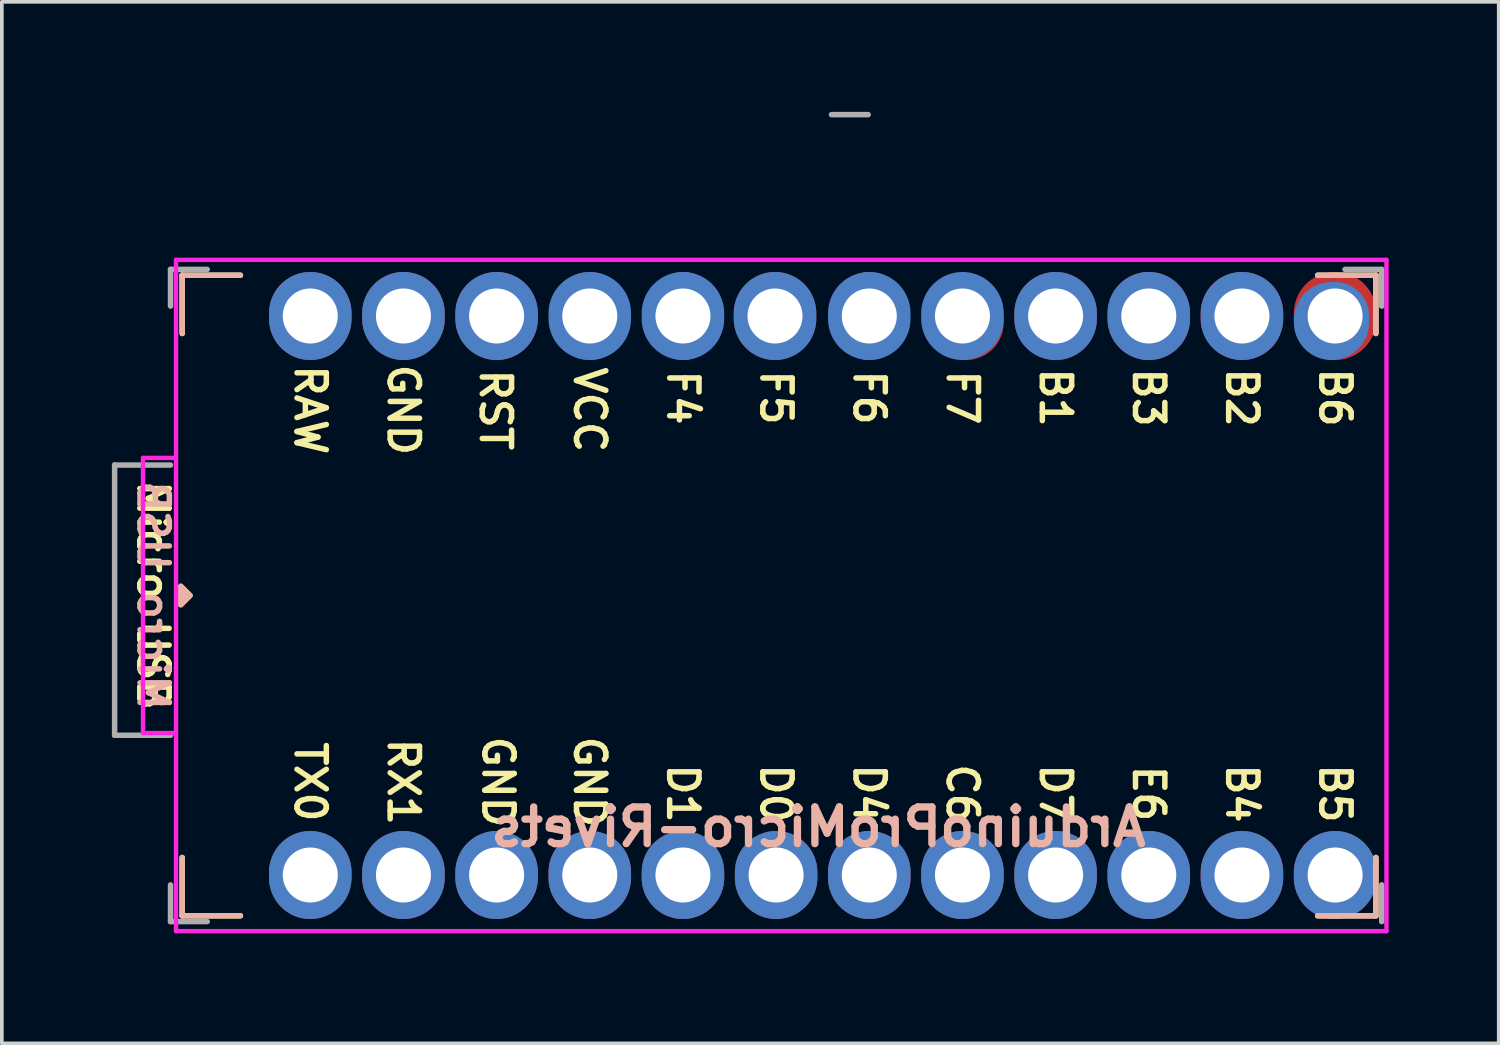
<source format=kicad_pcb>
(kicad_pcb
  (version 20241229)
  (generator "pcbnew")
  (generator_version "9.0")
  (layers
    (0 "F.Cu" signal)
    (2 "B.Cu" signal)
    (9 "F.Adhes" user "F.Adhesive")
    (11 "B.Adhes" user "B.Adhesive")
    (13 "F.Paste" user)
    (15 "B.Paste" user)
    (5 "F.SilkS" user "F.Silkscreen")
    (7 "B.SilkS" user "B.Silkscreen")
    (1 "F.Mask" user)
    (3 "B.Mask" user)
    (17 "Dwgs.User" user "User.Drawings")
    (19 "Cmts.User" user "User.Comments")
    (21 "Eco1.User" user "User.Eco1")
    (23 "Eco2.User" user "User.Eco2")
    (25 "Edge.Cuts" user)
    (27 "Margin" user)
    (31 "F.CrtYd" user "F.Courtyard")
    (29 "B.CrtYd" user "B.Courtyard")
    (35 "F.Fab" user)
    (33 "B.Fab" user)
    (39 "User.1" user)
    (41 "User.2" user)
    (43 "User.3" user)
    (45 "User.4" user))
  (footprint "ArduinoProMicro-Rivets"
    (layer "F.Cu")
    (at 19.379 13.185)
    (property "Reference" "ArduinoProMicro-Rivets" (at -0.118 6.312 0) (layer "B.SilkS") (effects (font (size 1 1) (thickness 0.2)) (justify mirror)))
    (attr through_hole)
    (fp_line (start -17.462 -8.731) (end -17.462 -7.144) (stroke (width 0.15) (type solid)) (layer "F.SilkS"))
    (fp_line (start -17.462 7.144) (end -17.462 8.731) (stroke (width 0.15) (type solid)) (layer "F.SilkS"))
    (fp_line (start -17.462 8.731) (end -15.875 8.731) (stroke (width 0.15) (type solid)) (layer "F.SilkS"))
    (fp_line (start -15.875 -8.731) (end -17.462 -8.731) (stroke (width 0.15) (type solid)) (layer "F.SilkS"))
    (fp_line (start 15.081 -8.731) (end 13.494 -8.731) (stroke (width 0.15) (type solid)) (layer "F.SilkS"))
    (fp_line (start 15.081 -7.144) (end 15.081 -8.731) (stroke (width 0.15) (type solid)) (layer "F.SilkS"))
    (fp_line (start 15.081 7.144) (end 15.081 8.731) (stroke (width 0.15) (type solid)) (layer "F.SilkS"))
    (fp_line (start 15.081 8.731) (end 13.494 8.731) (stroke (width 0.15) (type solid)) (layer "F.SilkS"))
    (fp_poly (pts (xy -17.5 -0.25) (xy -17.5 0.25) (xy -17.25 0)) (stroke (width 0.15) (type solid)) (fill yes) (layer "F.SilkS"))
    (fp_line (start -17.462 -8.731) (end -17.462 -7.144) (stroke (width 0.15) (type solid)) (layer "B.SilkS"))
    (fp_line (start -17.462 7.144) (end -17.462 8.731) (stroke (width 0.15) (type solid)) (layer "B.SilkS"))
    (fp_line (start -17.462 8.731) (end -15.875 8.731) (stroke (width 0.15) (type solid)) (layer "B.SilkS"))
    (fp_line (start -15.875 -8.731) (end -17.462 -8.731) (stroke (width 0.15) (type solid)) (layer "B.SilkS"))
    (fp_line (start 13.494 8.731) (end 15.081 8.731) (stroke (width 0.15) (type solid)) (layer "B.SilkS"))
    (fp_line (start 15.081 -8.731) (end 13.494 -8.731) (stroke (width 0.15) (type solid)) (layer "B.SilkS"))
    (fp_line (start 15.081 -7.144) (end 15.081 -8.731) (stroke (width 0.15) (type solid)) (layer "B.SilkS"))
    (fp_line (start 15.081 8.731) (end 15.081 7.144) (stroke (width 0.15) (type solid)) (layer "B.SilkS"))
    (fp_poly (pts (xy -17.5 -0.25) (xy -17.5 0.25) (xy -17.25 0)) (stroke (width 0.15) (type solid)) (fill yes) (layer "B.SilkS"))
    (fp_line (start -18.53 -3.75) (end -18.53 3.75) (stroke (width 0.12) (type solid)) (layer "F.CrtYd"))
    (fp_line (start -18.53 -3.75) (end -17.63 -3.75) (stroke (width 0.12) (type solid)) (layer "F.CrtYd"))
    (fp_line (start -18.53 3.75) (end -17.63 3.75) (stroke (width 0.12) (type solid)) (layer "F.CrtYd"))
    (fp_line (start -17.63 -9.15) (end -17.63 9.15) (stroke (width 0.12) (type solid)) (layer "F.CrtYd"))
    (fp_line (start -17.63 -9.15) (end 15.37 -9.15) (stroke (width 0.12) (type solid)) (layer "F.CrtYd"))
    (fp_line (start -17.63 9.15) (end 15.37 9.15) (stroke (width 0.12) (type solid)) (layer "F.CrtYd"))
    (fp_line (start 15.37 -9.15) (end 15.37 9.15) (stroke (width 0.12) (type solid)) (layer "F.CrtYd"))
    (fp_line (start -19.304 -3.556) (end -17.78 -3.556) (stroke (width 0.15) (type solid)) (layer "F.Fab"))
    (fp_line (start -19.304 3.81) (end -19.304 -3.556) (stroke (width 0.15) (type solid)) (layer "F.Fab"))
    (fp_line (start -17.78 -8.89) (end -17.78 -7.89) (stroke (width 0.15) (type solid)) (layer "F.Fab"))
    (fp_line (start -17.78 -8.89) (end -16.78 -8.89) (stroke (width 0.15) (type solid)) (layer "F.Fab"))
    (fp_line (start -17.78 3.81) (end -19.304 3.81) (stroke (width 0.15) (type solid)) (layer "F.Fab"))
    (fp_line (start -17.78 7.89) (end -17.78 8.89) (stroke (width 0.15) (type solid)) (layer "F.Fab"))
    (fp_line (start -17.78 8.89) (end -16.78 8.89) (stroke (width 0.15) (type solid)) (layer "F.Fab"))
    (fp_line (start 1.24 -13.11) (end 0.24 -13.11) (stroke (width 0.15) (type solid)) (layer "F.Fab"))
    (fp_line (start 15.24 -8.89) (end 14.24 -8.89) (stroke (width 0.15) (type solid)) (layer "F.Fab"))
    (fp_line (start 15.24 -8.89) (end 15.24 -7.89) (stroke (width 0.15) (type solid)) (layer "F.Fab"))
    (fp_line (start 15.24 8.89) (end 15.24 7.89) (stroke (width 0.15) (type solid)) (layer "F.Fab"))
    (fp_text user "B1" (at 6.35 -5.397 270) (unlocked yes) (layer "F.SilkS") (effects (font (size 0.8 0.8) (thickness 0.15))))
    (fp_text user "RAW" (at -13.97 -5.062 270) (unlocked yes) (layer "F.SilkS") (effects (font (size 0.8 0.8) (thickness 0.15))))
    (fp_text user "GND" (at -8.849 5.08 270) (unlocked yes) (layer "F.SilkS") (effects (font (size 0.8 0.8) (thickness 0.15))))
    (fp_text user "Micro USB" (at -18.256 0 270) (unlocked yes) (layer "F.SilkS") (effects (font (size 0.8 0.8) (thickness 0.15))))
    (fp_text user "B4" (at 11.43 5.397 270) (unlocked yes) (layer "F.SilkS") (effects (font (size 0.8 0.8) (thickness 0.15))))
    (fp_text user "C6" (at 3.81 5.397 270) (unlocked yes) (layer "F.SilkS") (effects (font (size 0.8 0.8) (thickness 0.15))))
    (fp_text user "RST" (at -8.92 -5.062 270) (unlocked yes) (layer "F.SilkS") (effects (font (size 0.8 0.8) (thickness 0.15))))
    (fp_text user "F6" (at 1.27 -5.397 270) (unlocked yes) (layer "F.SilkS") (effects (font (size 0.8 0.8) (thickness 0.15))))
    (fp_text user "B6" (at 13.97 -5.397 270) (unlocked yes) (layer "F.SilkS") (effects (font (size 0.8 0.8) (thickness 0.15))))
    (fp_text user "F5" (at -1.27 -5.397 270) (unlocked yes) (layer "F.SilkS") (effects (font (size 0.8 0.8) (thickness 0.15))))
    (fp_text user "VCC" (at -6.35 -5.062 270) (unlocked yes) (layer "F.SilkS") (effects (font (size 0.8 0.8) (thickness 0.15))))
    (fp_text user "B2" (at 11.43 -5.397 270) (unlocked yes) (layer "F.SilkS") (effects (font (size 0.8 0.8) (thickness 0.15))))
    (fp_text user "D1" (at -3.81 5.397 270) (unlocked yes) (layer "F.SilkS") (effects (font (size 0.8 0.8) (thickness 0.15))))
    (fp_text user "TX0" (at -13.97 5.08 270) (unlocked yes) (layer "F.SilkS") (effects (font (size 0.8 0.8) (thickness 0.15))))
    (fp_text user "D4" (at 1.27 5.397 270) (unlocked yes) (layer "F.SilkS") (effects (font (size 0.8 0.8) (thickness 0.15))))
    (fp_text user "F4" (at -3.81 -5.397 270) (unlocked yes) (layer "F.SilkS") (effects (font (size 0.8 0.8) (thickness 0.15))))
    (fp_text user "GND" (at -6.35 5.08 270) (unlocked yes) (layer "F.SilkS") (effects (font (size 0.8 0.8) (thickness 0.15))))
    (fp_text user "GND" (at -11.43 -5.062 270) (unlocked yes) (layer "F.SilkS") (effects (font (size 0.8 0.8) (thickness 0.15))))
    (fp_text user "F7" (at 3.81 -5.397 270) (unlocked yes) (layer "F.SilkS") (effects (font (size 0.8 0.8) (thickness 0.15))))
    (fp_text user "D0" (at -1.27 5.397 270) (unlocked yes) (layer "F.SilkS") (effects (font (size 0.8 0.8) (thickness 0.15))))
    (fp_text user "RX1" (at -11.43 5.08 270) (unlocked yes) (layer "F.SilkS") (effects (font (size 0.8 0.8) (thickness 0.15))))
    (fp_text user "B3" (at 8.89 -5.397 270) (unlocked yes) (layer "F.SilkS") (effects (font (size 0.8 0.8) (thickness 0.15))))
    (fp_text user "B5" (at 13.97 5.397 270) (unlocked yes) (layer "F.SilkS") (effects (font (size 0.8 0.8) (thickness 0.15))))
    (fp_text user "D7" (at 6.35 5.397 270) (unlocked yes) (layer "F.SilkS") (effects (font (size 0.8 0.8) (thickness 0.15))))
    (fp_text user "E6" (at 8.89 5.397 270) (unlocked yes) (layer "F.SilkS") (effects (font (size 0.8 0.8) (thickness 0.15))))
    (fp_text user "Micro USB" (at -18.25 0 270) (unlocked yes) (layer "B.SilkS") (effects (font (size 0.8 0.8) (thickness 0.15)) (justify mirror)))
    (pad "1" thru_hole oval (at -13.97 7.62) (size 2.25 2.4) (drill 1.5) (layers "*.Cu" "*.Mask"))
    (pad "2" thru_hole oval (at -11.43 7.62) (size 2.25 2.4) (drill 1.5) (layers "*.Cu" "*.Mask"))
    (pad "3" thru_hole oval (at -8.89 7.62) (size 2.25 2.4) (drill 1.5) (layers "*.Cu" "*.Mask"))
    (pad "4" thru_hole oval (at -6.35 7.62) (size 2.25 2.4) (drill 1.5) (layers "*.Cu" "*.Mask"))
    (pad "5" thru_hole oval (at -3.81 7.62) (size 2.25 2.4) (drill 1.5) (layers "*.Cu" "*.Mask"))
    (pad "6" thru_hole oval (at -1.27 7.62) (size 2.25 2.4) (drill 1.5) (layers "*.Cu" "*.Mask"))
    (pad "7" thru_hole oval (at 1.27 7.62) (size 2.25 2.4) (drill 1.5) (layers "*.Cu" "*.Mask"))
    (pad "8" thru_hole oval (at 3.81 7.62) (size 2.25 2.4) (drill 1.5) (layers "*.Cu" "*.Mask"))
    (pad "9" thru_hole oval (at 6.35 7.62) (size 2.25 2.4) (drill 1.5) (layers "*.Cu" "*.Mask"))
    (pad "10" thru_hole oval (at 8.89 7.62) (size 2.25 2.4) (drill 1.5) (layers "*.Cu" "*.Mask"))
    (pad "11" thru_hole oval (at 11.43 7.62) (size 2.25 2.4) (drill 1.5) (layers "*.Cu" "*.Mask"))
    (pad "12" thru_hole oval (at 13.97 7.62) (size 2.25 2.4) (drill 1.5) (layers "*.Cu" "*.Mask"))
    (pad "13" smd oval (at 13.87 -7.482) (size 2.05 2.125) (layers "B.Cu" "B.Mask"))
    (pad "13" thru_hole circle (at 13.97 -7.62) (size 1.85 1.85) (drill 1.5) (layers "*.Cu" "*.Mask"))
    (pad "13" smd oval (at 13.97 -7.62) (size 2.25 2.4) (layers "F.Cu" "F.Mask"))
    (pad "14" thru_hole oval (at 11.43 -7.62) (size 2.25 2.4) (drill 1.5) (layers "*.Cu" "*.Mask"))
    (pad "15" thru_hole oval (at 8.89 -7.62) (size 2.25 2.4) (drill 1.5) (layers "*.Cu" "*.Mask"))
    (pad "16" thru_hole oval (at 6.35 -7.62) (size 2.25 2.4) (drill 1.5) (layers "*.Cu" "*.Mask"))
    (pad "17" thru_hole circle (at 3.81 -7.62) (size 1.85 1.85) (drill 1.5) (layers "*.Cu" "*.Mask"))
    (pad "17" smd oval (at 3.81 -7.62) (size 2.25 2.4) (layers "B.Cu" "B.Mask"))
    (pad "17" smd oval (at 3.91 -7.482) (size 2.05 2.125) (layers "F.Cu" "F.Mask"))
    (pad "18" thru_hole circle (at 1.27 -7.62) (size 1.85 1.85) (drill 1.5) (layers "*.Cu" "*.Mask"))
    (pad "18" smd oval (at 1.27 -7.62) (size 1.85 2.4) (layers "F.Cu" "F.Mask"))
    (pad "18" smd oval (at 1.27 -7.62) (size 2.25 2.4) (layers "B.Cu" "B.Mask"))
    (pad "19" thru_hole oval (at -1.3 -7.62) (size 2.25 2.4) (drill 1.5) (layers "*.Cu" "*.Mask"))
    (pad "20" thru_hole circle (at -3.81 -7.62) (size 1.85 1.85) (drill 1.5) (layers "*.Cu" "*.Mask"))
    (pad "20" smd oval (at -3.81 -7.62) (size 1.85 2.4) (layers "F.Cu" "F.Mask"))
    (pad "20" smd oval (at -3.81 -7.62) (size 2.25 2.4) (layers "B.Cu" "B.Mask"))
    (pad "21" thru_hole circle (at -6.35 -7.62) (size 1.85 1.85) (drill 1.5) (layers "*.Cu" "*.Mask"))
    (pad "21" smd oval (at -6.35 -7.62) (size 1.85 2.4) (layers "F.Cu" "F.Mask"))
    (pad "21" smd oval (at -6.35 -7.62) (size 2.25 2.4) (layers "B.Cu" "B.Mask"))
    (pad "22" thru_hole oval (at -8.89 -7.62) (size 2.25 2.4) (drill 1.5) (layers "*.Cu" "*.Mask"))
    (pad "23" thru_hole oval (at -11.43 -7.62) (size 2.25 2.4) (drill 1.5) (layers "*.Cu" "*.Mask"))
    (pad "24" thru_hole oval (at -13.97 -7.62) (size 2.25 2.4) (drill 1.5) (layers "*.Cu" "*.Mask")))
  (gr_rect
    (start -3 -3)
    (end 37.809 25.395)
    (stroke (width 0.1) (type default))
    (fill no)
    (layer "Edge.Cuts")))
</source>
